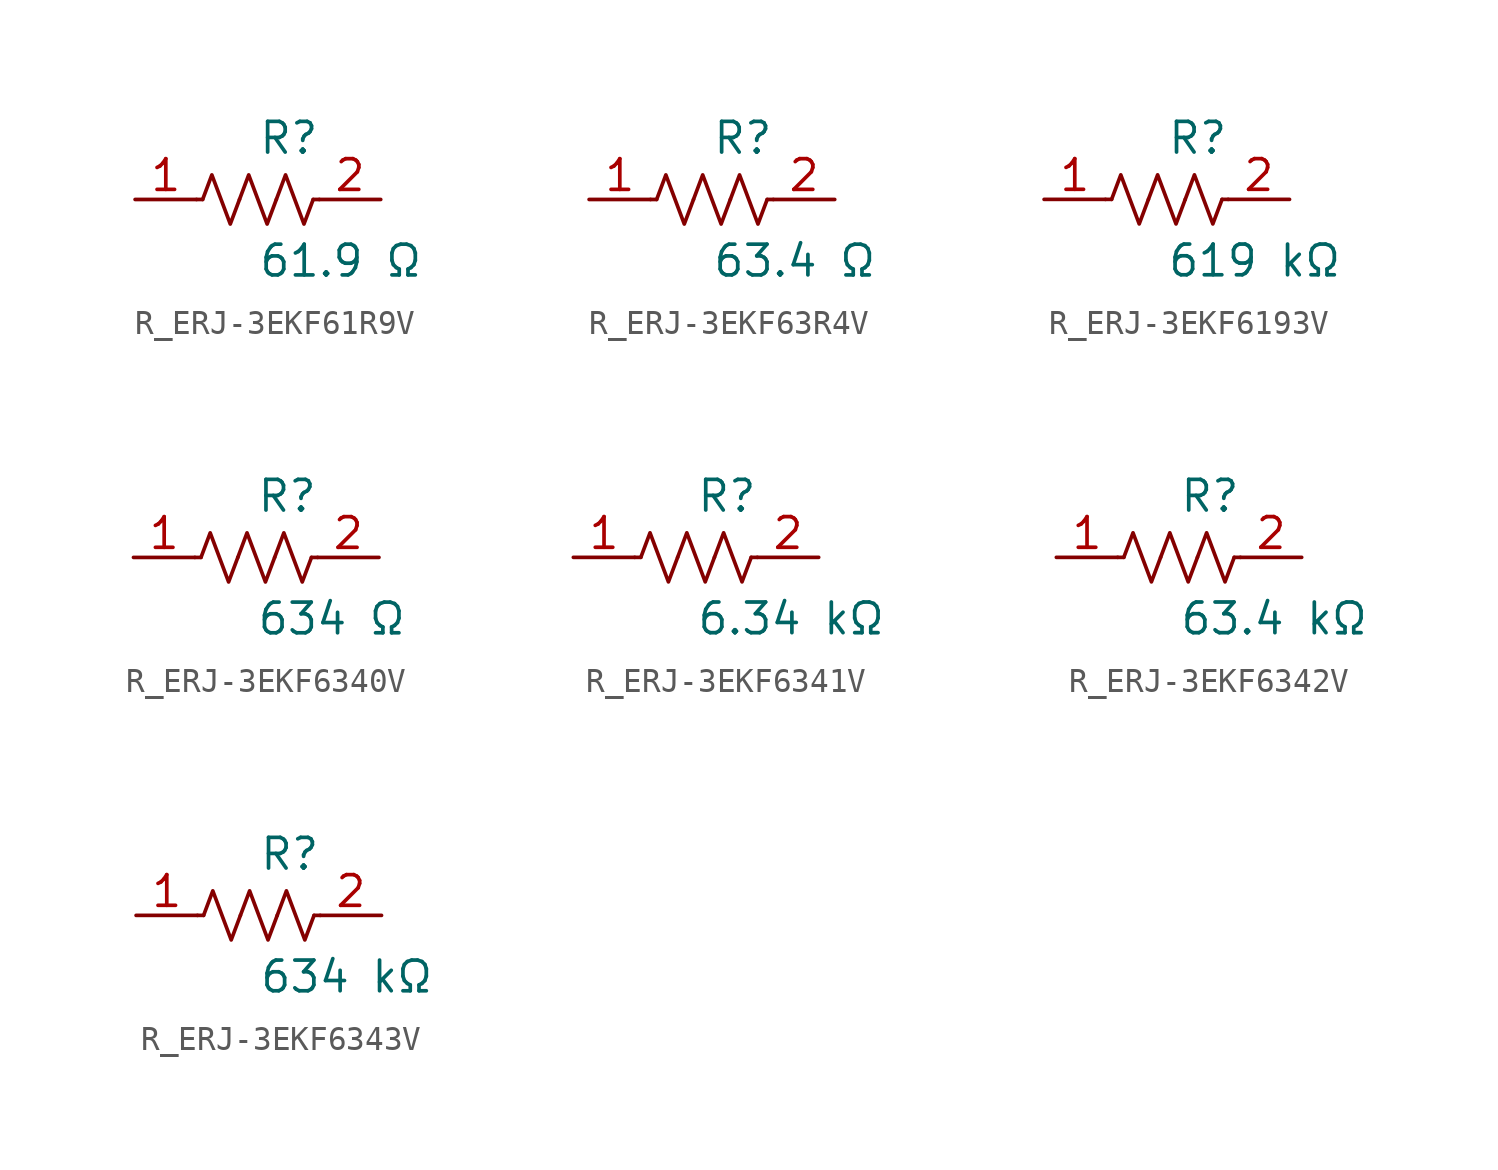
<source format=kicad_sym>
(kicad_symbol_lib
  (version 20231120)
  (generator "kicad_symbol_editor")
  (generator_version "8.0")
  (symbol "R_ERJ-3EKF61R9V"
    (pin_names
      (offset 0.254))
    (property "Reference" "R"
      (at 0 2.54 0)
      (effects (font (size 1.27 1.27)) (justify left)))
    (property "Value" "61.9 Ω"
      (at 0 -2.54 0)
      (effects (font (size 1.27 1.27)) (justify left)))
    (symbol "R_ERJ-3EKF61R9V_0_1"
      (polyline (pts (xy 2.286 0) (xy 2.54 0)) (stroke (width 0) (type default)) (fill (type none)))
      (polyline (pts (xy -2.286 0) (xy -2.54 0)) (stroke (width 0) (type default)) (fill (type none)))
      (polyline (pts (xy 0.762 0) (xy 1.143 1.016) (xy 1.524 0) (xy 1.905 -1.016) (xy 2.286 0)) (stroke (width 0) (type default)) (fill (type none)))
      (polyline (pts (xy -0.762 0) (xy -0.381 1.016) (xy 0 0) (xy 0.381 -1.016) (xy 0.762 0)) (stroke (width 0) (type default)) (fill (type none)))
      (polyline (pts (xy -2.286 0) (xy -1.905 1.016) (xy -1.524 0) (xy -1.143 -1.016) (xy -0.762 0)) (stroke (width 0) (type default)) (fill (type none))))
    (pin unspecified line
      (at -5.08 0 0)
      (length 2.54)
      (name "" (effects (font (size 1.27 1.27))))
      (number "1" (effects (font (size 1.27 1.27)))))
    (pin unspecified line
      (at 5.08 0 180)
      (length 2.54)
      (name "" (effects (font (size 1.27 1.27))))
      (number "2" (effects (font (size 1.27 1.27))))))
  (symbol "R_ERJ-3EKF63R4V"
    (pin_names
      (offset 0.254))
    (property "Reference" "R"
      (at 0 2.54 0)
      (effects (font (size 1.27 1.27)) (justify left)))
    (property "Value" "63.4 Ω"
      (at 0 -2.54 0)
      (effects (font (size 1.27 1.27)) (justify left)))
    (symbol "R_ERJ-3EKF63R4V_0_1"
      (polyline (pts (xy 2.286 0) (xy 2.54 0)) (stroke (width 0) (type default)) (fill (type none)))
      (polyline (pts (xy -2.286 0) (xy -2.54 0)) (stroke (width 0) (type default)) (fill (type none)))
      (polyline (pts (xy 0.762 0) (xy 1.143 1.016) (xy 1.524 0) (xy 1.905 -1.016) (xy 2.286 0)) (stroke (width 0) (type default)) (fill (type none)))
      (polyline (pts (xy -0.762 0) (xy -0.381 1.016) (xy 0 0) (xy 0.381 -1.016) (xy 0.762 0)) (stroke (width 0) (type default)) (fill (type none)))
      (polyline (pts (xy -2.286 0) (xy -1.905 1.016) (xy -1.524 0) (xy -1.143 -1.016) (xy -0.762 0)) (stroke (width 0) (type default)) (fill (type none))))
    (pin unspecified line
      (at -5.08 0 0)
      (length 2.54)
      (name "" (effects (font (size 1.27 1.27))))
      (number "1" (effects (font (size 1.27 1.27)))))
    (pin unspecified line
      (at 5.08 0 180)
      (length 2.54)
      (name "" (effects (font (size 1.27 1.27))))
      (number "2" (effects (font (size 1.27 1.27))))))
  (symbol "R_ERJ-3EKF6193V"
    (pin_names
      (offset 0.254))
    (property "Reference" "R"
      (at 0 2.54 0)
      (effects (font (size 1.27 1.27)) (justify left)))
    (property "Value" "619 kΩ"
      (at 0 -2.54 0)
      (effects (font (size 1.27 1.27)) (justify left)))
    (symbol "R_ERJ-3EKF6193V_0_1"
      (polyline (pts (xy 2.286 0) (xy 2.54 0)) (stroke (width 0) (type default)) (fill (type none)))
      (polyline (pts (xy -2.286 0) (xy -2.54 0)) (stroke (width 0) (type default)) (fill (type none)))
      (polyline (pts (xy 0.762 0) (xy 1.143 1.016) (xy 1.524 0) (xy 1.905 -1.016) (xy 2.286 0)) (stroke (width 0) (type default)) (fill (type none)))
      (polyline (pts (xy -0.762 0) (xy -0.381 1.016) (xy 0 0) (xy 0.381 -1.016) (xy 0.762 0)) (stroke (width 0) (type default)) (fill (type none)))
      (polyline (pts (xy -2.286 0) (xy -1.905 1.016) (xy -1.524 0) (xy -1.143 -1.016) (xy -0.762 0)) (stroke (width 0) (type default)) (fill (type none))))
    (pin unspecified line
      (at -5.08 0 0)
      (length 2.54)
      (name "" (effects (font (size 1.27 1.27))))
      (number "1" (effects (font (size 1.27 1.27)))))
    (pin unspecified line
      (at 5.08 0 180)
      (length 2.54)
      (name "" (effects (font (size 1.27 1.27))))
      (number "2" (effects (font (size 1.27 1.27))))))
  (symbol "R_ERJ-3EKF6340V"
    (pin_names
      (offset 0.254))
    (property "Reference" "R"
      (at 0 2.54 0)
      (effects (font (size 1.27 1.27)) (justify left)))
    (property "Value" "634 Ω"
      (at 0 -2.54 0)
      (effects (font (size 1.27 1.27)) (justify left)))
    (symbol "R_ERJ-3EKF6340V_0_1"
      (polyline (pts (xy 2.286 0) (xy 2.54 0)) (stroke (width 0) (type default)) (fill (type none)))
      (polyline (pts (xy -2.286 0) (xy -2.54 0)) (stroke (width 0) (type default)) (fill (type none)))
      (polyline (pts (xy 0.762 0) (xy 1.143 1.016) (xy 1.524 0) (xy 1.905 -1.016) (xy 2.286 0)) (stroke (width 0) (type default)) (fill (type none)))
      (polyline (pts (xy -0.762 0) (xy -0.381 1.016) (xy 0 0) (xy 0.381 -1.016) (xy 0.762 0)) (stroke (width 0) (type default)) (fill (type none)))
      (polyline (pts (xy -2.286 0) (xy -1.905 1.016) (xy -1.524 0) (xy -1.143 -1.016) (xy -0.762 0)) (stroke (width 0) (type default)) (fill (type none))))
    (pin unspecified line
      (at -5.08 0 0)
      (length 2.54)
      (name "" (effects (font (size 1.27 1.27))))
      (number "1" (effects (font (size 1.27 1.27)))))
    (pin unspecified line
      (at 5.08 0 180)
      (length 2.54)
      (name "" (effects (font (size 1.27 1.27))))
      (number "2" (effects (font (size 1.27 1.27))))))
  (symbol "R_ERJ-3EKF6341V"
    (pin_names
      (offset 0.254))
    (property "Reference" "R"
      (at 0 2.54 0)
      (effects (font (size 1.27 1.27)) (justify left)))
    (property "Value" "6.34 kΩ"
      (at 0 -2.54 0)
      (effects (font (size 1.27 1.27)) (justify left)))
    (symbol "R_ERJ-3EKF6341V_0_1"
      (polyline (pts (xy 2.286 0) (xy 2.54 0)) (stroke (width 0) (type default)) (fill (type none)))
      (polyline (pts (xy -2.286 0) (xy -2.54 0)) (stroke (width 0) (type default)) (fill (type none)))
      (polyline (pts (xy 0.762 0) (xy 1.143 1.016) (xy 1.524 0) (xy 1.905 -1.016) (xy 2.286 0)) (stroke (width 0) (type default)) (fill (type none)))
      (polyline (pts (xy -0.762 0) (xy -0.381 1.016) (xy 0 0) (xy 0.381 -1.016) (xy 0.762 0)) (stroke (width 0) (type default)) (fill (type none)))
      (polyline (pts (xy -2.286 0) (xy -1.905 1.016) (xy -1.524 0) (xy -1.143 -1.016) (xy -0.762 0)) (stroke (width 0) (type default)) (fill (type none))))
    (pin unspecified line
      (at -5.08 0 0)
      (length 2.54)
      (name "" (effects (font (size 1.27 1.27))))
      (number "1" (effects (font (size 1.27 1.27)))))
    (pin unspecified line
      (at 5.08 0 180)
      (length 2.54)
      (name "" (effects (font (size 1.27 1.27))))
      (number "2" (effects (font (size 1.27 1.27))))))
  (symbol "R_ERJ-3EKF6342V"
    (pin_names
      (offset 0.254))
    (property "Reference" "R"
      (at 0 2.54 0)
      (effects (font (size 1.27 1.27)) (justify left)))
    (property "Value" "63.4 kΩ"
      (at 0 -2.54 0)
      (effects (font (size 1.27 1.27)) (justify left)))
    (symbol "R_ERJ-3EKF6342V_0_1"
      (polyline (pts (xy 2.286 0) (xy 2.54 0)) (stroke (width 0) (type default)) (fill (type none)))
      (polyline (pts (xy -2.286 0) (xy -2.54 0)) (stroke (width 0) (type default)) (fill (type none)))
      (polyline (pts (xy 0.762 0) (xy 1.143 1.016) (xy 1.524 0) (xy 1.905 -1.016) (xy 2.286 0)) (stroke (width 0) (type default)) (fill (type none)))
      (polyline (pts (xy -0.762 0) (xy -0.381 1.016) (xy 0 0) (xy 0.381 -1.016) (xy 0.762 0)) (stroke (width 0) (type default)) (fill (type none)))
      (polyline (pts (xy -2.286 0) (xy -1.905 1.016) (xy -1.524 0) (xy -1.143 -1.016) (xy -0.762 0)) (stroke (width 0) (type default)) (fill (type none))))
    (pin unspecified line
      (at -5.08 0 0)
      (length 2.54)
      (name "" (effects (font (size 1.27 1.27))))
      (number "1" (effects (font (size 1.27 1.27)))))
    (pin unspecified line
      (at 5.08 0 180)
      (length 2.54)
      (name "" (effects (font (size 1.27 1.27))))
      (number "2" (effects (font (size 1.27 1.27))))))
  (symbol "R_ERJ-3EKF6343V"
    (pin_names
      (offset 0.254))
    (property "Reference" "R"
      (at 0 2.54 0)
      (effects (font (size 1.27 1.27)) (justify left)))
    (property "Value" "634 kΩ"
      (at 0 -2.54 0)
      (effects (font (size 1.27 1.27)) (justify left)))
    (symbol "R_ERJ-3EKF6343V_0_1"
      (polyline (pts (xy 2.286 0) (xy 2.54 0)) (stroke (width 0) (type default)) (fill (type none)))
      (polyline (pts (xy -2.286 0) (xy -2.54 0)) (stroke (width 0) (type default)) (fill (type none)))
      (polyline (pts (xy 0.762 0) (xy 1.143 1.016) (xy 1.524 0) (xy 1.905 -1.016) (xy 2.286 0)) (stroke (width 0) (type default)) (fill (type none)))
      (polyline (pts (xy -0.762 0) (xy -0.381 1.016) (xy 0 0) (xy 0.381 -1.016) (xy 0.762 0)) (stroke (width 0) (type default)) (fill (type none)))
      (polyline (pts (xy -2.286 0) (xy -1.905 1.016) (xy -1.524 0) (xy -1.143 -1.016) (xy -0.762 0)) (stroke (width 0) (type default)) (fill (type none))))
    (pin unspecified line
      (at -5.08 0 0)
      (length 2.54)
      (name "" (effects (font (size 1.27 1.27))))
      (number "1" (effects (font (size 1.27 1.27)))))
    (pin unspecified line
      (at 5.08 0 180)
      (length 2.54)
      (name "" (effects (font (size 1.27 1.27))))
      (number "2" (effects (font (size 1.27 1.27)))))))
</source>
